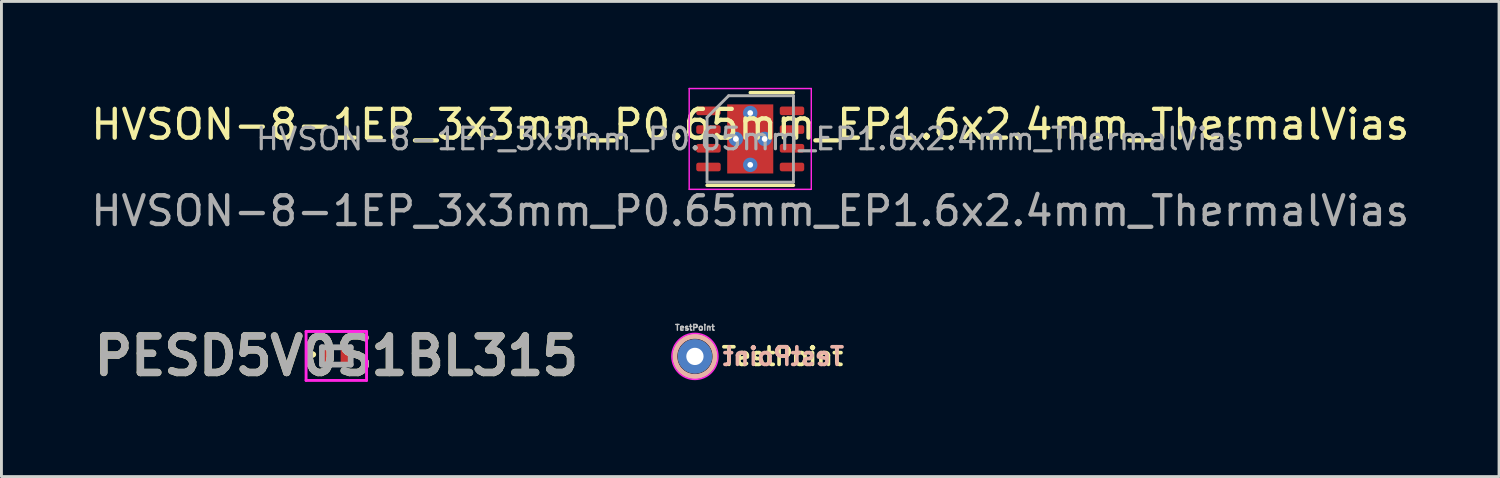
<source format=kicad_pcb>
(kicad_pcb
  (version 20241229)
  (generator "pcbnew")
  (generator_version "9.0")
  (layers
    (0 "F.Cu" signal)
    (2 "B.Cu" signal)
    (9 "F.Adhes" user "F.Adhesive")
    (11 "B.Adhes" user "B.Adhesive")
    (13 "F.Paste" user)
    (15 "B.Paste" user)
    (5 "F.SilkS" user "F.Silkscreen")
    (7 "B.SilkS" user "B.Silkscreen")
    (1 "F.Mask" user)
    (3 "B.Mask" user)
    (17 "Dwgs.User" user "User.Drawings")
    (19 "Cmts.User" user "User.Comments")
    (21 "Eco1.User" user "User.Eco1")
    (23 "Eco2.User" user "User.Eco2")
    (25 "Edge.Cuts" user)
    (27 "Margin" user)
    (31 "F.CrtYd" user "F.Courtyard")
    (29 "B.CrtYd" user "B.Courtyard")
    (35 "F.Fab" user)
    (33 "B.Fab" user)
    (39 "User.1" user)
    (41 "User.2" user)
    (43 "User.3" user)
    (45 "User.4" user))
  (footprint "HVSON-8-1EP_3x3mm_P0.65mm_EP1.6x2.4mm_ThermalVias"
    (layer "F.Cu")
    (at 23.006 1.775)
    (property "Reference" "HVSON-8-1EP_3x3mm_P0.65mm_EP1.6x2.4mm_ThermalVias" (at 0 -0.5 0) (unlocked yes) (layer "F.SilkS") (effects (font (size 1 1) (thickness 0.15))))
    (attr smd)
    (fp_line (start -1.5 1.61) (end 1.5 1.61) (stroke (width 0.12) (type solid)) (layer "F.SilkS"))
    (fp_line (start 0 -1.61) (end 1.5 -1.61) (stroke (width 0.12) (type solid)) (layer "F.SilkS"))
    (fp_line (start -2.12 -1.75) (end -2.12 1.75) (stroke (width 0.05) (type solid)) (layer "F.CrtYd"))
    (fp_line (start -2.12 1.75) (end 2.12 1.75) (stroke (width 0.05) (type solid)) (layer "F.CrtYd"))
    (fp_line (start 2.12 -1.75) (end -2.12 -1.75) (stroke (width 0.05) (type solid)) (layer "F.CrtYd"))
    (fp_line (start 2.12 1.75) (end 2.12 -1.75) (stroke (width 0.05) (type solid)) (layer "F.CrtYd"))
    (fp_line (start -1.5 -0.75) (end -0.75 -1.5) (stroke (width 0.1) (type solid)) (layer "F.Fab"))
    (fp_line (start -1.5 1.5) (end -1.5 -0.75) (stroke (width 0.1) (type solid)) (layer "F.Fab"))
    (fp_line (start -0.75 -1.5) (end 1.5 -1.5) (stroke (width 0.1) (type solid)) (layer "F.Fab"))
    (fp_line (start 1.5 -1.5) (end 1.5 1.5) (stroke (width 0.1) (type solid)) (layer "F.Fab"))
    (fp_line (start 1.5 1.5) (end -1.5 1.5) (stroke (width 0.1) (type solid)) (layer "F.Fab"))
    (fp_text user "${REFERENCE}" (at 0 2.5 0) (unlocked yes) (layer "F.Fab") (effects (font (size 1 1) (thickness 0.15))))
    (fp_text user "${REFERENCE}" (at 0 0 0) (layer "F.Fab") (effects (font (size 0.75 0.75) (thickness 0.11))))
    (pad "" smd roundrect (at 0 -0.6) (size 1.4 1) (layers "F.Paste") (roundrect_rratio 0.25))
    (pad "" smd roundrect (at 0 0.6) (size 1.4 1) (layers "F.Paste") (roundrect_rratio 0.25))
    (pad "1" smd roundrect (at -1.45 -0.975) (size 0.85 0.3) (layers "F.Cu" "F.Mask" "F.Paste") (roundrect_rratio 0.25))
    (pad "2" smd roundrect (at -1.45 -0.325) (size 0.85 0.3) (layers "F.Cu" "F.Mask" "F.Paste") (roundrect_rratio 0.25))
    (pad "3" smd roundrect (at -1.45 0.325) (size 0.85 0.3) (layers "F.Cu" "F.Mask" "F.Paste") (roundrect_rratio 0.25))
    (pad "4" smd roundrect (at -1.45 0.975) (size 0.85 0.3) (layers "F.Cu" "F.Mask" "F.Paste") (roundrect_rratio 0.25))
    (pad "5" smd roundrect (at 1.45 0.975) (size 0.85 0.3) (layers "F.Cu" "F.Mask" "F.Paste") (roundrect_rratio 0.25))
    (pad "6" smd roundrect (at 1.45 0.325) (size 0.85 0.3) (layers "F.Cu" "F.Mask" "F.Paste") (roundrect_rratio 0.25))
    (pad "7" smd roundrect (at 1.45 -0.325) (size 0.85 0.3) (layers "F.Cu" "F.Mask" "F.Paste") (roundrect_rratio 0.25))
    (pad "8" smd roundrect (at 1.45 -0.975) (size 0.85 0.3) (layers "F.Cu" "F.Mask" "F.Paste") (roundrect_rratio 0.25))
    (pad "9" thru_hole circle (at -0.5 0) (size 0.5 0.5) (drill 0.2) (layers "*.Cu"))
    (pad "9" thru_hole circle (at 0 -0.9) (size 0.5 0.5) (drill 0.2) (layers "*.Cu"))
    (pad "9" smd rect (at 0 0) (size 1.6 2.4) (layers "F.Cu" "F.Mask"))
    (pad "9" thru_hole circle (at 0 0.9) (size 0.5 0.5) (drill 0.2) (layers "*.Cu"))
    (pad "9" thru_hole circle (at 0.5 0) (size 0.5 0.5) (drill 0.2) (layers "*.Cu")))
  (footprint "TestPoint"
    (layer "F.Cu")
    (at 21.085 9.328)
    (property "Reference" "TestPoint" (at 0 -1 0) (layer "Dwgs.User") (effects (font (size 0.2 0.2) (thickness 0.05))))
    (property "Value" "TestPoint" (at 0 1 0) (layer "F.Fab") (hide yes) (effects (font (size 0.2 0.2) (thickness 0.05))))
    (attr exclude_from_pos_files exclude_from_bom)
    (fp_circle (center 0 0) (end 0.7 0) (stroke (width 0.16) (type solid)) (fill no) (layer "F.SilkS"))
    (fp_circle (center 0 0) (end 0.7 0) (stroke (width 0.16) (type solid)) (fill no) (layer "B.SilkS"))
    (fp_circle (center 0 0) (end 0.8 0) (stroke (width 0.05) (type solid)) (fill no) (layer "F.CrtYd"))
    (fp_text user "${VALUE}" (at 0.864 0 0) (layer "F.SilkS") (effects (font (size 0.61 0.61) (thickness 0.127)) (justify left)))
    (fp_text user "${VALUE}" (at 0.9 0 0) (layer "B.SilkS") (effects (font (size 0.61 0.61) (thickness 0.127)) (justify right mirror)))
    (pad "1" thru_hole circle (at 0 0) (size 1.2 1.2) (drill 0.6) (layers "*.Cu" "*.Mask")))
  (footprint "PESD5V0S1BL315"
    (layer "F.Cu")
    (at 8.63 9.312)
    (property "Reference" "PESD5V0S1BL315" (at 0 0 0) (layer "F.SilkS") (effects (font (size 1.27 1.27) (thickness 0.254))))
    (attr smd)
    (fp_line (start -0.8 -0.1) (end -0.8 -0.1) (stroke (width 0.1) (type solid)) (layer "F.SilkS"))
    (fp_line (start -0.8 0) (end -0.8 0) (stroke (width 0.1) (type solid)) (layer "F.SilkS"))
    (fp_arc (start -0.8 -0.1) (mid -0.75 -0.05) (end -0.8 0) (stroke (width 0.1) (type solid)) (layer "F.SilkS"))
    (fp_arc (start -0.8 0) (mid -0.85 -0.05) (end -0.8 -0.1) (stroke (width 0.1) (type solid)) (layer "F.SilkS"))
    (fp_line (start -1.05 -0.85) (end 1.05 -0.85) (stroke (width 0.1) (type solid)) (layer "F.CrtYd"))
    (fp_line (start -1.05 0.85) (end -1.05 -0.85) (stroke (width 0.1) (type solid)) (layer "F.CrtYd"))
    (fp_line (start 1.05 -0.85) (end 1.05 0.85) (stroke (width 0.1) (type solid)) (layer "F.CrtYd"))
    (fp_line (start 1.05 0.85) (end -1.05 0.85) (stroke (width 0.1) (type solid)) (layer "F.CrtYd"))
    (fp_line (start -0.5 -0.3) (end 0.5 -0.3) (stroke (width 0.2) (type solid)) (layer "F.Fab"))
    (fp_line (start -0.5 0.3) (end -0.5 -0.3) (stroke (width 0.2) (type solid)) (layer "F.Fab"))
    (fp_line (start 0.5 -0.3) (end 0.5 0.3) (stroke (width 0.2) (type solid)) (layer "F.Fab"))
    (fp_line (start 0.5 0.3) (end -0.5 0.3) (stroke (width 0.2) (type solid)) (layer "F.Fab"))
    (fp_text user "${REFERENCE}" (at 0 0 0) (layer "F.Fab") (effects (font (size 1.27 1.27) (thickness 0.254))))
    (pad "1" smd rect (at -0.35 0) (size 0.4 0.7) (layers "F.Cu" "F.Mask" "F.Paste"))
    (pad "2" smd rect (at 0.35 0) (size 0.4 0.7) (layers "F.Cu" "F.Mask" "F.Paste")))
  (gr_rect
    (start -3 -3)
    (end 49.012 13.501)
    (stroke (width 0.1) (type default))
    (fill no)
    (layer "Edge.Cuts")))
</source>
